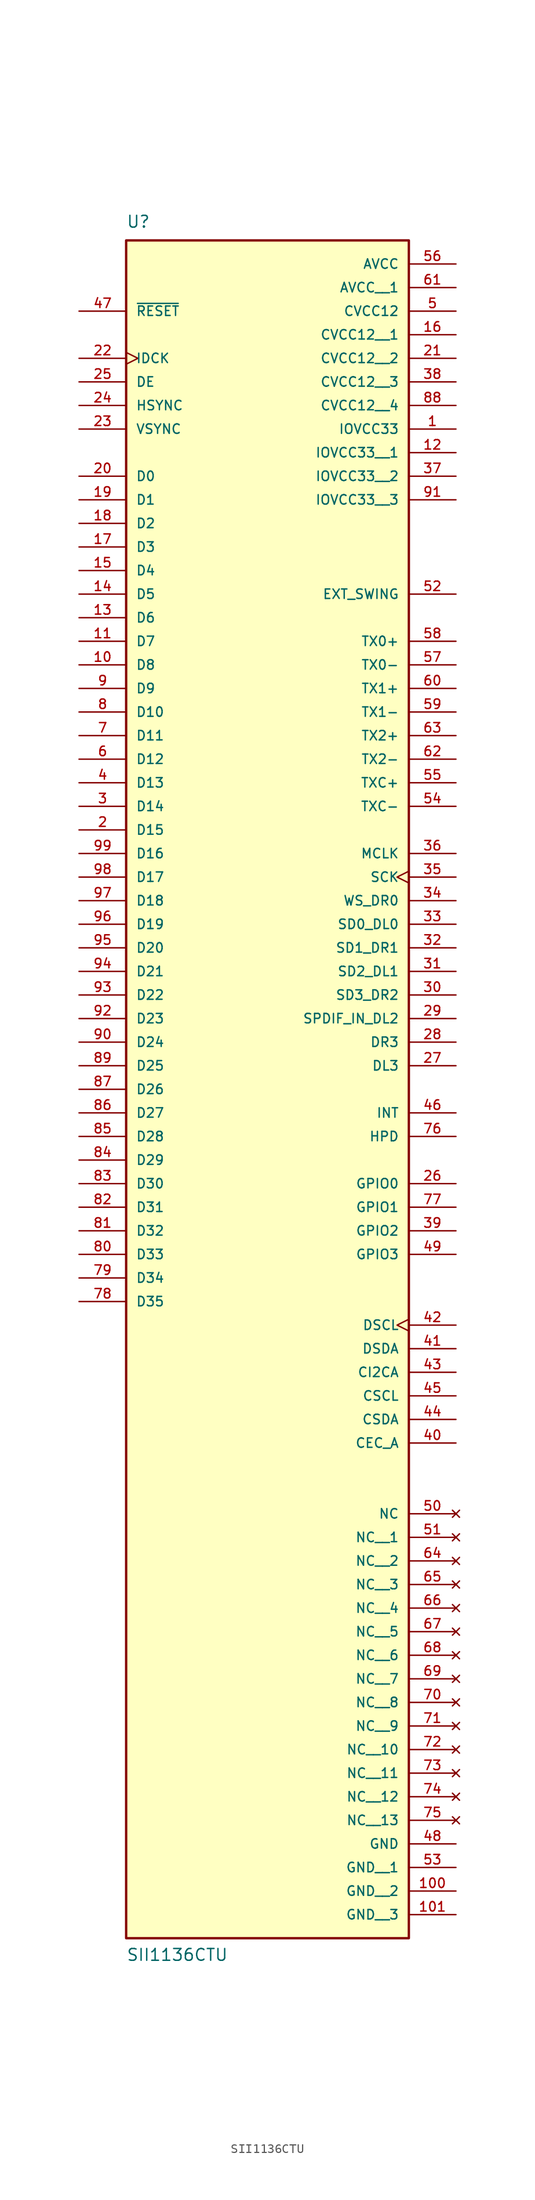
<source format=kicad_sym>
(kicad_symbol_lib
  (version 20211014)
  (generator kicad_symbol_editor)
  (symbol "SII1136CTU"
    (pin_names
      (offset 1.016))
    (property "Reference" "U"
      (at -15.24 64.77 0)
      (effects (font (size 1.27 1.27)) (justify bottom left)))
    (property "Value" "SII1136CTU"
      (at -15.24 -121.92 0)
      (effects (font (size 1.27 1.27)) (justify bottom left)))
    (symbol "SII1136CTU_0_0"
      (rectangle (start -15.24 -119.38) (end 15.24 63.5) (stroke (width 0.254)) (fill (type background)))
      (pin input line (at -20.32 38.1 0) (length 5.08) (name "D0" (effects (font (size 1.016 1.016)))) (number "20" (effects (font (size 1.016 1.016)))))
      (pin input line (at -20.32 35.56 0) (length 5.08) (name "D1" (effects (font (size 1.016 1.016)))) (number "19" (effects (font (size 1.016 1.016)))))
      (pin input line (at -20.32 33.02 0) (length 5.08) (name "D2" (effects (font (size 1.016 1.016)))) (number "18" (effects (font (size 1.016 1.016)))))
      (pin input line (at -20.32 30.48 0) (length 5.08) (name "D3" (effects (font (size 1.016 1.016)))) (number "17" (effects (font (size 1.016 1.016)))))
      (pin input line (at -20.32 27.94 0) (length 5.08) (name "D4" (effects (font (size 1.016 1.016)))) (number "15" (effects (font (size 1.016 1.016)))))
      (pin input line (at -20.32 25.4 0) (length 5.08) (name "D5" (effects (font (size 1.016 1.016)))) (number "14" (effects (font (size 1.016 1.016)))))
      (pin input line (at -20.32 22.86 0) (length 5.08) (name "D6" (effects (font (size 1.016 1.016)))) (number "13" (effects (font (size 1.016 1.016)))))
      (pin input line (at -20.32 20.32 0) (length 5.08) (name "D7" (effects (font (size 1.016 1.016)))) (number "11" (effects (font (size 1.016 1.016)))))
      (pin input line (at -20.32 17.78 0) (length 5.08) (name "D8" (effects (font (size 1.016 1.016)))) (number "10" (effects (font (size 1.016 1.016)))))
      (pin input line (at -20.32 15.24 0) (length 5.08) (name "D9" (effects (font (size 1.016 1.016)))) (number "9" (effects (font (size 1.016 1.016)))))
      (pin input line (at -20.32 12.7 0) (length 5.08) (name "D10" (effects (font (size 1.016 1.016)))) (number "8" (effects (font (size 1.016 1.016)))))
      (pin input line (at -20.32 10.16 0) (length 5.08) (name "D11" (effects (font (size 1.016 1.016)))) (number "7" (effects (font (size 1.016 1.016)))))
      (pin input line (at -20.32 7.62 0) (length 5.08) (name "D12" (effects (font (size 1.016 1.016)))) (number "6" (effects (font (size 1.016 1.016)))))
      (pin input line (at -20.32 5.08 0) (length 5.08) (name "D13" (effects (font (size 1.016 1.016)))) (number "4" (effects (font (size 1.016 1.016)))))
      (pin input line (at -20.32 2.54 0) (length 5.08) (name "D14" (effects (font (size 1.016 1.016)))) (number "3" (effects (font (size 1.016 1.016)))))
      (pin input line (at -20.32 0.0 0) (length 5.08) (name "D15" (effects (font (size 1.016 1.016)))) (number "2" (effects (font (size 1.016 1.016)))))
      (pin input line (at -20.32 -2.54 0) (length 5.08) (name "D16" (effects (font (size 1.016 1.016)))) (number "99" (effects (font (size 1.016 1.016)))))
      (pin input line (at -20.32 -5.08 0) (length 5.08) (name "D17" (effects (font (size 1.016 1.016)))) (number "98" (effects (font (size 1.016 1.016)))))
      (pin input line (at -20.32 -7.62 0) (length 5.08) (name "D18" (effects (font (size 1.016 1.016)))) (number "97" (effects (font (size 1.016 1.016)))))
      (pin input line (at -20.32 -10.16 0) (length 5.08) (name "D19" (effects (font (size 1.016 1.016)))) (number "96" (effects (font (size 1.016 1.016)))))
      (pin input line (at -20.32 -12.7 0) (length 5.08) (name "D20" (effects (font (size 1.016 1.016)))) (number "95" (effects (font (size 1.016 1.016)))))
      (pin input line (at -20.32 -15.24 0) (length 5.08) (name "D21" (effects (font (size 1.016 1.016)))) (number "94" (effects (font (size 1.016 1.016)))))
      (pin input line (at -20.32 -17.78 0) (length 5.08) (name "D22" (effects (font (size 1.016 1.016)))) (number "93" (effects (font (size 1.016 1.016)))))
      (pin input line (at -20.32 -20.32 0) (length 5.08) (name "D23" (effects (font (size 1.016 1.016)))) (number "92" (effects (font (size 1.016 1.016)))))
      (pin input line (at -20.32 -22.86 0) (length 5.08) (name "D24" (effects (font (size 1.016 1.016)))) (number "90" (effects (font (size 1.016 1.016)))))
      (pin input line (at -20.32 -25.4 0) (length 5.08) (name "D25" (effects (font (size 1.016 1.016)))) (number "89" (effects (font (size 1.016 1.016)))))
      (pin input line (at -20.32 -27.94 0) (length 5.08) (name "D26" (effects (font (size 1.016 1.016)))) (number "87" (effects (font (size 1.016 1.016)))))
      (pin input line (at -20.32 -30.48 0) (length 5.08) (name "D27" (effects (font (size 1.016 1.016)))) (number "86" (effects (font (size 1.016 1.016)))))
      (pin input line (at -20.32 -33.02 0) (length 5.08) (name "D28" (effects (font (size 1.016 1.016)))) (number "85" (effects (font (size 1.016 1.016)))))
      (pin input line (at -20.32 -35.56 0) (length 5.08) (name "D29" (effects (font (size 1.016 1.016)))) (number "84" (effects (font (size 1.016 1.016)))))
      (pin input line (at -20.32 -38.1 0) (length 5.08) (name "D30" (effects (font (size 1.016 1.016)))) (number "83" (effects (font (size 1.016 1.016)))))
      (pin input line (at -20.32 -40.64 0) (length 5.08) (name "D31" (effects (font (size 1.016 1.016)))) (number "82" (effects (font (size 1.016 1.016)))))
      (pin input line (at -20.32 -43.18 0) (length 5.08) (name "D32" (effects (font (size 1.016 1.016)))) (number "81" (effects (font (size 1.016 1.016)))))
      (pin input line (at -20.32 -45.72 0) (length 5.08) (name "D33" (effects (font (size 1.016 1.016)))) (number "80" (effects (font (size 1.016 1.016)))))
      (pin input line (at -20.32 -48.26 0) (length 5.08) (name "D34" (effects (font (size 1.016 1.016)))) (number "79" (effects (font (size 1.016 1.016)))))
      (pin input line (at -20.32 -50.8 0) (length 5.08) (name "D35" (effects (font (size 1.016 1.016)))) (number "78" (effects (font (size 1.016 1.016)))))
      (pin input clock (at -20.32 50.8 0) (length 5.08) (name "IDCK" (effects (font (size 1.016 1.016)))) (number "22" (effects (font (size 1.016 1.016)))))
      (pin input line (at -20.32 48.26 0) (length 5.08) (name "DE" (effects (font (size 1.016 1.016)))) (number "25" (effects (font (size 1.016 1.016)))))
      (pin input line (at -20.32 45.72 0) (length 5.08) (name "HSYNC" (effects (font (size 1.016 1.016)))) (number "24" (effects (font (size 1.016 1.016)))))
      (pin input line (at -20.32 43.18 0) (length 5.08) (name "VSYNC" (effects (font (size 1.016 1.016)))) (number "23" (effects (font (size 1.016 1.016)))))
      (pin output line (at 20.32 20.32 180.0) (length 5.08) (name "TX0+" (effects (font (size 1.016 1.016)))) (number "58" (effects (font (size 1.016 1.016)))))
      (pin output line (at 20.32 15.24 180.0) (length 5.08) (name "TX1+" (effects (font (size 1.016 1.016)))) (number "60" (effects (font (size 1.016 1.016)))))
      (pin output line (at 20.32 10.16 180.0) (length 5.08) (name "TX2+" (effects (font (size 1.016 1.016)))) (number "63" (effects (font (size 1.016 1.016)))))
      (pin output line (at 20.32 5.08 180.0) (length 5.08) (name "TXC+" (effects (font (size 1.016 1.016)))) (number "55" (effects (font (size 1.016 1.016)))))
      (pin output line (at 20.32 17.78 180.0) (length 5.08) (name "TX0-" (effects (font (size 1.016 1.016)))) (number "57" (effects (font (size 1.016 1.016)))))
      (pin output line (at 20.32 12.7 180.0) (length 5.08) (name "TX1-" (effects (font (size 1.016 1.016)))) (number "59" (effects (font (size 1.016 1.016)))))
      (pin output line (at 20.32 7.62 180.0) (length 5.08) (name "TX2-" (effects (font (size 1.016 1.016)))) (number "62" (effects (font (size 1.016 1.016)))))
      (pin output line (at 20.32 2.54 180.0) (length 5.08) (name "TXC-" (effects (font (size 1.016 1.016)))) (number "54" (effects (font (size 1.016 1.016)))))
      (pin bidirectional line (at 20.32 25.4 180.0) (length 5.08) (name "EXT_SWING" (effects (font (size 1.016 1.016)))) (number "52" (effects (font (size 1.016 1.016)))))
      (pin input line (at 20.32 -2.54 180.0) (length 5.08) (name "MCLK" (effects (font (size 1.016 1.016)))) (number "36" (effects (font (size 1.016 1.016)))))
      (pin input clock (at 20.32 -5.08 180.0) (length 5.08) (name "SCK" (effects (font (size 1.016 1.016)))) (number "35" (effects (font (size 1.016 1.016)))))
      (pin input line (at 20.32 -7.62 180.0) (length 5.08) (name "WS_DR0" (effects (font (size 1.016 1.016)))) (number "34" (effects (font (size 1.016 1.016)))))
      (pin input line (at 20.32 -10.16 180.0) (length 5.08) (name "SD0_DL0" (effects (font (size 1.016 1.016)))) (number "33" (effects (font (size 1.016 1.016)))))
      (pin input line (at 20.32 -12.7 180.0) (length 5.08) (name "SD1_DR1" (effects (font (size 1.016 1.016)))) (number "32" (effects (font (size 1.016 1.016)))))
      (pin input line (at 20.32 -15.24 180.0) (length 5.08) (name "SD2_DL1" (effects (font (size 1.016 1.016)))) (number "31" (effects (font (size 1.016 1.016)))))
      (pin input line (at 20.32 -17.78 180.0) (length 5.08) (name "SD3_DR2" (effects (font (size 1.016 1.016)))) (number "30" (effects (font (size 1.016 1.016)))))
      (pin input line (at 20.32 -20.32 180.0) (length 5.08) (name "SPDIF_IN_DL2" (effects (font (size 1.016 1.016)))) (number "29" (effects (font (size 1.016 1.016)))))
      (pin input line (at 20.32 -22.86 180.0) (length 5.08) (name "DR3" (effects (font (size 1.016 1.016)))) (number "28" (effects (font (size 1.016 1.016)))))
      (pin input line (at 20.32 -25.4 180.0) (length 5.08) (name "DL3" (effects (font (size 1.016 1.016)))) (number "27" (effects (font (size 1.016 1.016)))))
      (pin output line (at 20.32 -30.48 180.0) (length 5.08) (name "INT" (effects (font (size 1.016 1.016)))) (number "46" (effects (font (size 1.016 1.016)))))
      (pin input line (at -20.32 55.88 0) (length 5.08) (name "~{RESET}" (effects (font (size 1.016 1.016)))) (number "47" (effects (font (size 1.016 1.016)))))
      (pin input line (at 20.32 -33.02 180.0) (length 5.08) (name "HPD" (effects (font (size 1.016 1.016)))) (number "76" (effects (font (size 1.016 1.016)))))
      (pin bidirectional line (at 20.32 -38.1 180.0) (length 5.08) (name "GPIO0" (effects (font (size 1.016 1.016)))) (number "26" (effects (font (size 1.016 1.016)))))
      (pin bidirectional line (at 20.32 -40.64 180.0) (length 5.08) (name "GPIO1" (effects (font (size 1.016 1.016)))) (number "77" (effects (font (size 1.016 1.016)))))
      (pin bidirectional line (at 20.32 -43.18 180.0) (length 5.08) (name "GPIO2" (effects (font (size 1.016 1.016)))) (number "39" (effects (font (size 1.016 1.016)))))
      (pin bidirectional line (at 20.32 -45.72 180.0) (length 5.08) (name "GPIO3" (effects (font (size 1.016 1.016)))) (number "49" (effects (font (size 1.016 1.016)))))
      (pin input clock (at 20.32 -53.34 180.0) (length 5.08) (name "DSCL" (effects (font (size 1.016 1.016)))) (number "42" (effects (font (size 1.016 1.016)))))
      (pin bidirectional line (at 20.32 -55.88 180.0) (length 5.08) (name "DSDA" (effects (font (size 1.016 1.016)))) (number "41" (effects (font (size 1.016 1.016)))))
      (pin input line (at 20.32 -58.42 180.0) (length 5.08) (name "CI2CA" (effects (font (size 1.016 1.016)))) (number "43" (effects (font (size 1.016 1.016)))))
      (pin input line (at 20.32 -60.96 180.0) (length 5.08) (name "CSCL" (effects (font (size 1.016 1.016)))) (number "45" (effects (font (size 1.016 1.016)))))
      (pin bidirectional line (at 20.32 -63.5 180.0) (length 5.08) (name "CSDA" (effects (font (size 1.016 1.016)))) (number "44" (effects (font (size 1.016 1.016)))))
      (pin bidirectional line (at 20.32 -66.04 180.0) (length 5.08) (name "CEC_A" (effects (font (size 1.016 1.016)))) (number "40" (effects (font (size 1.016 1.016)))))
      (pin power_in line (at 20.32 55.88 180.0) (length 5.08) (name "CVCC12" (effects (font (size 1.016 1.016)))) (number "5" (effects (font (size 1.016 1.016)))))
      (pin power_in line (at 20.32 43.18 180.0) (length 5.08) (name "IOVCC33" (effects (font (size 1.016 1.016)))) (number "1" (effects (font (size 1.016 1.016)))))
      (pin power_in line (at 20.32 60.96 180.0) (length 5.08) (name "AVCC" (effects (font (size 1.016 1.016)))) (number "56" (effects (font (size 1.016 1.016)))))
      (pin power_in line (at 20.32 -109.22 180.0) (length 5.08) (name "GND" (effects (font (size 1.016 1.016)))) (number "48" (effects (font (size 1.016 1.016)))))
      (pin no_connect line (at 20.32 -73.66 180.0) (length 5.08) (name "NC" (effects (font (size 1.016 1.016)))) (number "50" (effects (font (size 1.016 1.016)))))
      (pin power_in line (at 20.32 58.42 180.0) (length 5.08) (name "AVCC__1" (effects (font (size 1.016 1.016)))) (number "61" (effects (font (size 1.016 1.016)))))
      (pin power_in line (at 20.32 53.34 180.0) (length 5.08) (name "CVCC12__1" (effects (font (size 1.016 1.016)))) (number "16" (effects (font (size 1.016 1.016)))))
      (pin power_in line (at 20.32 50.8 180.0) (length 5.08) (name "CVCC12__2" (effects (font (size 1.016 1.016)))) (number "21" (effects (font (size 1.016 1.016)))))
      (pin power_in line (at 20.32 48.26 180.0) (length 5.08) (name "CVCC12__3" (effects (font (size 1.016 1.016)))) (number "38" (effects (font (size 1.016 1.016)))))
      (pin power_in line (at 20.32 45.72 180.0) (length 5.08) (name "CVCC12__4" (effects (font (size 1.016 1.016)))) (number "88" (effects (font (size 1.016 1.016)))))
      (pin power_in line (at 20.32 40.64 180.0) (length 5.08) (name "IOVCC33__1" (effects (font (size 1.016 1.016)))) (number "12" (effects (font (size 1.016 1.016)))))
      (pin power_in line (at 20.32 38.1 180.0) (length 5.08) (name "IOVCC33__2" (effects (font (size 1.016 1.016)))) (number "37" (effects (font (size 1.016 1.016)))))
      (pin power_in line (at 20.32 35.56 180.0) (length 5.08) (name "IOVCC33__3" (effects (font (size 1.016 1.016)))) (number "91" (effects (font (size 1.016 1.016)))))
      (pin no_connect line (at 20.32 -76.2 180.0) (length 5.08) (name "NC__1" (effects (font (size 1.016 1.016)))) (number "51" (effects (font (size 1.016 1.016)))))
      (pin no_connect line (at 20.32 -78.74 180.0) (length 5.08) (name "NC__2" (effects (font (size 1.016 1.016)))) (number "64" (effects (font (size 1.016 1.016)))))
      (pin no_connect line (at 20.32 -81.28 180.0) (length 5.08) (name "NC__3" (effects (font (size 1.016 1.016)))) (number "65" (effects (font (size 1.016 1.016)))))
      (pin no_connect line (at 20.32 -83.82 180.0) (length 5.08) (name "NC__4" (effects (font (size 1.016 1.016)))) (number "66" (effects (font (size 1.016 1.016)))))
      (pin no_connect line (at 20.32 -86.36 180.0) (length 5.08) (name "NC__5" (effects (font (size 1.016 1.016)))) (number "67" (effects (font (size 1.016 1.016)))))
      (pin no_connect line (at 20.32 -88.9 180.0) (length 5.08) (name "NC__6" (effects (font (size 1.016 1.016)))) (number "68" (effects (font (size 1.016 1.016)))))
      (pin no_connect line (at 20.32 -91.44 180.0) (length 5.08) (name "NC__7" (effects (font (size 1.016 1.016)))) (number "69" (effects (font (size 1.016 1.016)))))
      (pin no_connect line (at 20.32 -93.98 180.0) (length 5.08) (name "NC__8" (effects (font (size 1.016 1.016)))) (number "70" (effects (font (size 1.016 1.016)))))
      (pin no_connect line (at 20.32 -96.52 180.0) (length 5.08) (name "NC__9" (effects (font (size 1.016 1.016)))) (number "71" (effects (font (size 1.016 1.016)))))
      (pin no_connect line (at 20.32 -99.06 180.0) (length 5.08) (name "NC__10" (effects (font (size 1.016 1.016)))) (number "72" (effects (font (size 1.016 1.016)))))
      (pin no_connect line (at 20.32 -101.6 180.0) (length 5.08) (name "NC__11" (effects (font (size 1.016 1.016)))) (number "73" (effects (font (size 1.016 1.016)))))
      (pin no_connect line (at 20.32 -104.14 180.0) (length 5.08) (name "NC__12" (effects (font (size 1.016 1.016)))) (number "74" (effects (font (size 1.016 1.016)))))
      (pin no_connect line (at 20.32 -106.68 180.0) (length 5.08) (name "NC__13" (effects (font (size 1.016 1.016)))) (number "75" (effects (font (size 1.016 1.016)))))
      (pin power_in line (at 20.32 -111.76 180.0) (length 5.08) (name "GND__1" (effects (font (size 1.016 1.016)))) (number "53" (effects (font (size 1.016 1.016)))))
      (pin power_in line (at 20.32 -114.3 180.0) (length 5.08) (name "GND__2" (effects (font (size 1.016 1.016)))) (number "100" (effects (font (size 1.016 1.016)))))
      (pin power_in line (at 20.32 -116.84 180.0) (length 5.08) (name "GND__3" (effects (font (size 1.016 1.016)))) (number "101" (effects (font (size 1.016 1.016))))))))
</source>
